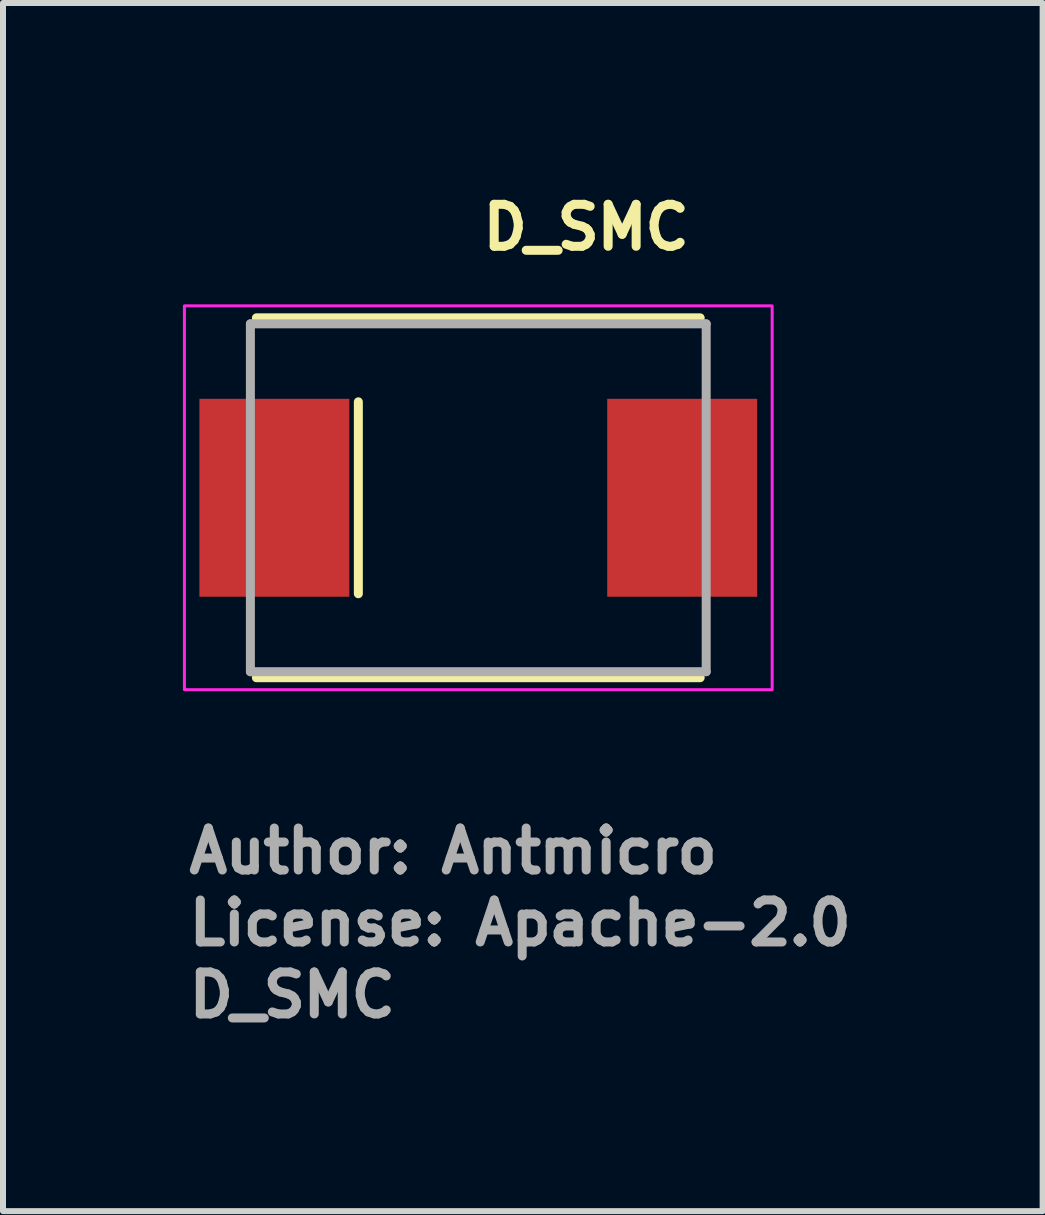
<source format=kicad_pcb>
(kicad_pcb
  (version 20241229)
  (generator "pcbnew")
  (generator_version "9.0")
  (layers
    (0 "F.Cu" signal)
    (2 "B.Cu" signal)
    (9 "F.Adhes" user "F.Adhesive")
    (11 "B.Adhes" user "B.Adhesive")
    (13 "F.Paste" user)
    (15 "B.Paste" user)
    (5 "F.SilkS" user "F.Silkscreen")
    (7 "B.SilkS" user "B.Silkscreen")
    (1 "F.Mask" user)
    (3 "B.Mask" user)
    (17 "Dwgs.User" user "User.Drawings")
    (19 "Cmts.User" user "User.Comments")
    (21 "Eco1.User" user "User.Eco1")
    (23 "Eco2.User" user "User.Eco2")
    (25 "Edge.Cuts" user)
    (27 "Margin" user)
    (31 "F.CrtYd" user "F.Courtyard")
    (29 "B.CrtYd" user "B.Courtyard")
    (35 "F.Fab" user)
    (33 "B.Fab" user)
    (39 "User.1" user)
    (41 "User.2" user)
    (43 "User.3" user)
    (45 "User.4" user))
  (footprint "D_SMC"
    (layer "F.Cu")
    (at 4.925 5.25)
    (property "Reference" "D_SMC" (at 0 -4.1 0) (layer "F.SilkS") (effects (font (size 0.7 0.7) (thickness 0.15)) (justify left bottom)))
    (attr smd)
    (fp_line (start -3.7 -3) (end 3.7 -3) (stroke (width 0.15) (type solid)) (layer "F.SilkS"))
    (fp_line (start -3.7 3) (end 3.7 3) (stroke (width 0.15) (type solid)) (layer "F.SilkS"))
    (fp_line (start -2 -1.6) (end -2 1.6) (stroke (width 0.15) (type solid)) (layer "F.SilkS"))
    (fp_rect (start -4.9 -3.2) (end 4.9 3.2) (stroke (width 0.05) (type default)) (fill no) (layer "F.CrtYd"))
    (fp_line (start -3.8 2.9) (end -3.8 -2.9) (stroke (width 0.15) (type solid)) (layer "F.Fab"))
    (fp_line (start 3.8 -2.9) (end -3.8 -2.9) (stroke (width 0.15) (type solid)) (layer "F.Fab"))
    (fp_line (start 3.8 -2.9) (end 3.8 2.9) (stroke (width 0.15) (type solid)) (layer "F.Fab"))
    (fp_line (start 3.8 2.9) (end -3.8 2.9) (stroke (width 0.15) (type solid)) (layer "F.Fab"))
    (fp_line (start -4 -1.5) (end -3.853 -1.5) (stroke (width 0.02) (type solid)) (layer "User.9"))
    (fp_line (start -4 1.5) (end -4 -1.5) (stroke (width 0.02) (type solid)) (layer "User.9"))
    (fp_line (start -4 1.5) (end -4 -1.5) (stroke (width 0.02) (type solid)) (layer "User.9"))
    (fp_line (start -4 1.5) (end -3.853 1.5) (stroke (width 0.02) (type solid)) (layer "User.9"))
    (fp_line (start -3.853 -1.5) (end -3.78 -1.5) (stroke (width 0.02) (type solid)) (layer "User.9"))
    (fp_line (start -3.78 -2.95) (end -3.78 2.95) (stroke (width 0.02) (type solid)) (layer "User.9"))
    (fp_line (start -3.78 -2.95) (end -3.691 -2.861) (stroke (width 0.02) (type solid)) (layer "User.9"))
    (fp_line (start -3.78 1.5) (end -3.853 1.5) (stroke (width 0.02) (type solid)) (layer "User.9"))
    (fp_line (start -3.78 2.95) (end -3.691 2.861) (stroke (width 0.02) (type solid)) (layer "User.9"))
    (fp_line (start -3.78 2.95) (end 3.78 2.95) (stroke (width 0.02) (type solid)) (layer "User.9"))
    (fp_line (start -3.691 -2.861) (end -3.691 2.861) (stroke (width 0.02) (type solid)) (layer "User.9"))
    (fp_line (start -3.691 2.861) (end 3.691 2.861) (stroke (width 0.02) (type solid)) (layer "User.9"))
    (fp_line (start -3.601 -2.771) (end -3.601 2.771) (stroke (width 0.02) (type solid)) (layer "User.9"))
    (fp_line (start -3.601 2.771) (end -3.001 2.771) (stroke (width 0.02) (type solid)) (layer "User.9"))
    (fp_line (start -3.001 -2.771) (end -3.601 -2.771) (stroke (width 0.02) (type solid)) (layer "User.9"))
    (fp_line (start -3.001 2.771) (end -3.001 -2.771) (stroke (width 0.02) (type solid)) (layer "User.9"))
    (fp_line (start 3.691 -2.861) (end -3.691 -2.861) (stroke (width 0.02) (type solid)) (layer "User.9"))
    (fp_line (start 3.691 2.861) (end 3.691 -2.861) (stroke (width 0.02) (type solid)) (layer "User.9"))
    (fp_line (start 3.78 -2.95) (end -3.78 -2.95) (stroke (width 0.02) (type solid)) (layer "User.9"))
    (fp_line (start 3.78 -2.95) (end 3.691 -2.861) (stroke (width 0.02) (type solid)) (layer "User.9"))
    (fp_line (start 3.78 -1.5) (end 3.853 -1.5) (stroke (width 0.02) (type solid)) (layer "User.9"))
    (fp_line (start 3.78 2.95) (end 3.691 2.861) (stroke (width 0.02) (type solid)) (layer "User.9"))
    (fp_line (start 3.78 2.95) (end 3.78 -2.95) (stroke (width 0.02) (type solid)) (layer "User.9"))
    (fp_line (start 3.853 1.5) (end 3.78 1.5) (stroke (width 0.02) (type solid)) (layer "User.9"))
    (fp_line (start 4 -1.5) (end 3.853 -1.5) (stroke (width 0.02) (type solid)) (layer "User.9"))
    (fp_line (start 4 -1.5) (end 4 1.5) (stroke (width 0.02) (type solid)) (layer "User.9"))
    (fp_line (start 4 -1.5) (end 4 1.5) (stroke (width 0.02) (type solid)) (layer "User.9"))
    (fp_line (start 4 1.5) (end 3.853 1.5) (stroke (width 0.02) (type solid)) (layer "User.9"))
    (fp_text user "${REFERENCE}" (at -4.9 8.7 0) (layer "F.Fab") (effects (font (size 0.7 0.7) (thickness 0.15)) (justify left bottom)))
    (fp_text user "License: Apache-2.0" (at -4.9 7.5 0) (layer "F.Fab") (effects (font (size 0.7 0.7) (thickness 0.15)) (justify left bottom)))
    (fp_text user "Author: Antmicro" (at -4.9 6.3 0) (layer "F.Fab") (effects (font (size 0.7 0.7) (thickness 0.15)) (justify left bottom)))
    (pad "1" smd rect (at -3.4 0 90) (size 3.3 2.5) (layers "F.Cu" "F.Mask" "F.Paste"))
    (pad "2" smd rect (at 3.4 0 90) (size 3.3 2.5) (layers "F.Cu" "F.Mask" "F.Paste")))
  (gr_rect
    (start -3 -3)
    (end 14.335 17.145)
    (stroke (width 0.1) (type default))
    (fill no)
    (layer "Edge.Cuts")))
</source>
